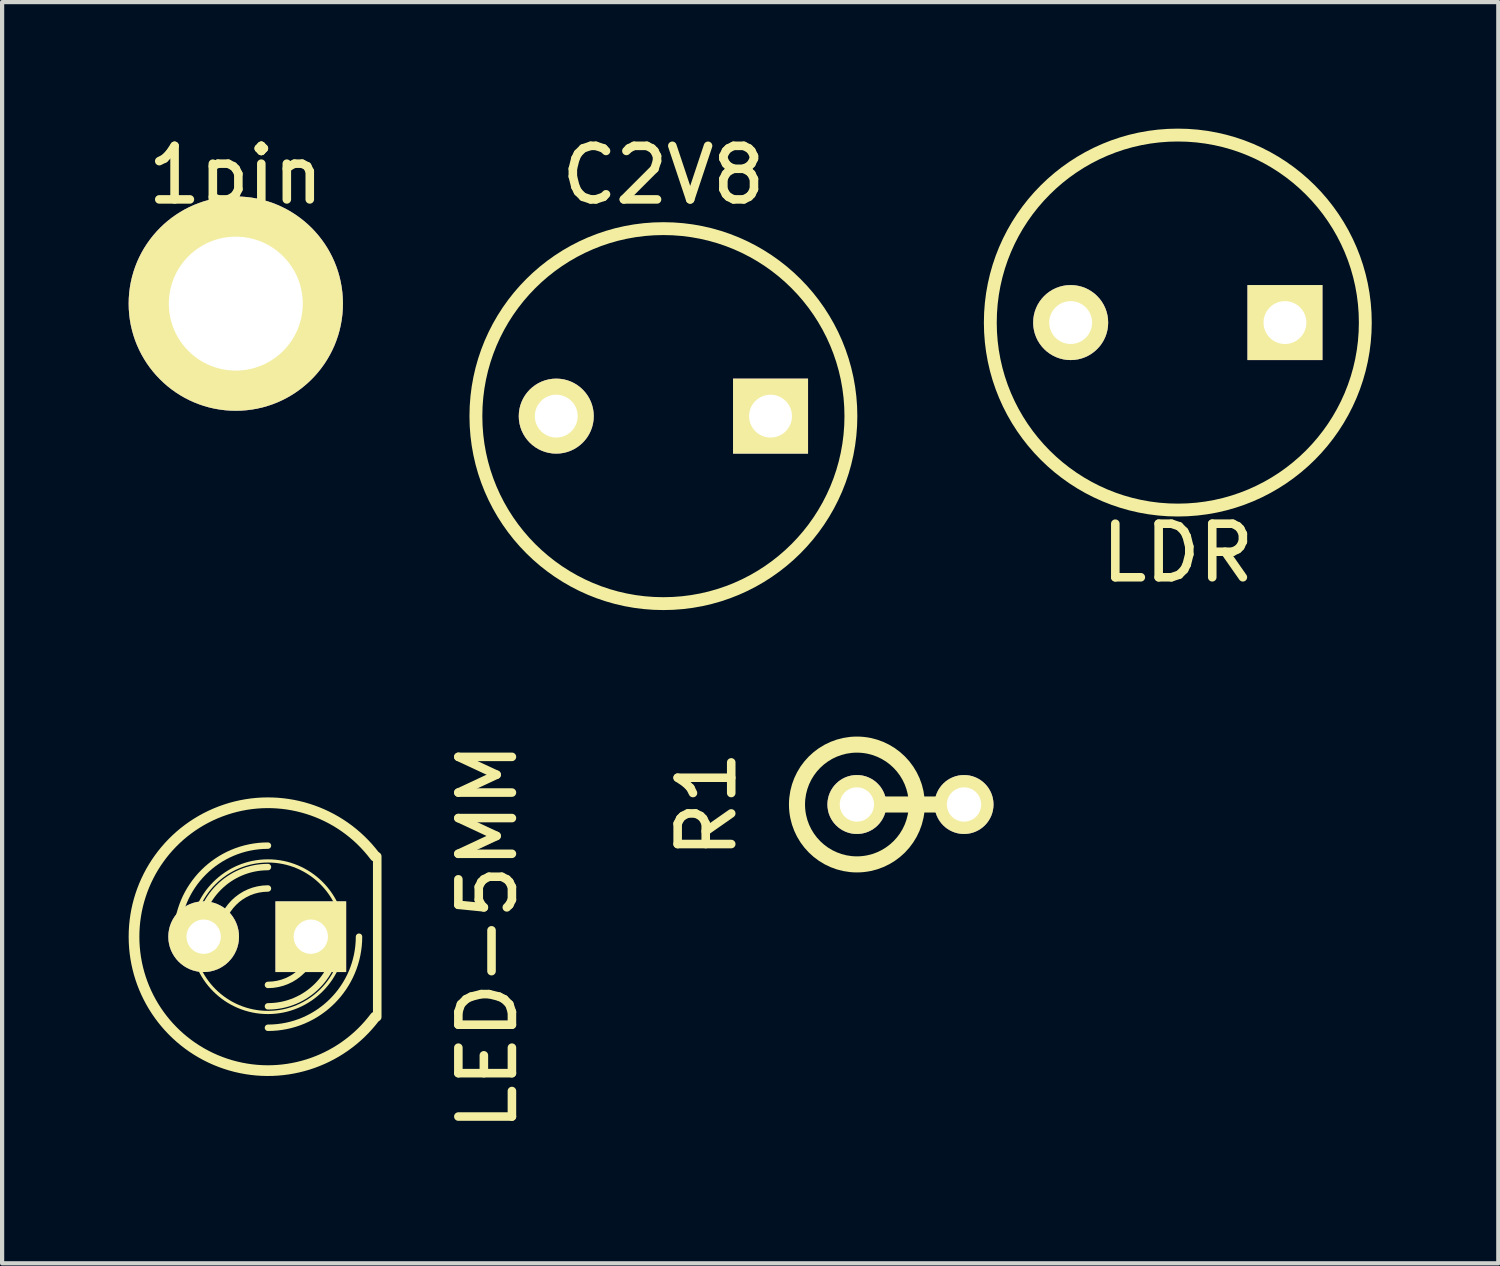
<source format=kicad_pcb>
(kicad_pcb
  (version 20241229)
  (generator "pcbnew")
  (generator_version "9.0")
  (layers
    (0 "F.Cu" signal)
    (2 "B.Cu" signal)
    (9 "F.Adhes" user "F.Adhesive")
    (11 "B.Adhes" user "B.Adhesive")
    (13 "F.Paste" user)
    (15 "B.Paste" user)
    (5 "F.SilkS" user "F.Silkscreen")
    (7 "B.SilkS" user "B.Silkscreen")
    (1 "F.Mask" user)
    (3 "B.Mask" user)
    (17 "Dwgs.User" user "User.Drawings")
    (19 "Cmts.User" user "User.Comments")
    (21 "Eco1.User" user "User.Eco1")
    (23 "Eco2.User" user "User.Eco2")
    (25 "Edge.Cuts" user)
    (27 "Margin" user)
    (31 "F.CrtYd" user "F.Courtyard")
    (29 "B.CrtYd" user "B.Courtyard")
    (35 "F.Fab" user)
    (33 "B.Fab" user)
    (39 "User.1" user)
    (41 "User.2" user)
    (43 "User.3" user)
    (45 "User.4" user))
  (footprint "LDR"
    (layer "F.Cu")
    (at 24.872 4.597)
    (property "Reference" "LDR" (at 0 5.461 0) (layer "F.SilkS") (effects (font (size 1.27 1.27) (thickness 0.203))))
    (attr through_hole)
    (fp_circle (center 0 0) (end -4.445 0) (stroke (width 0.305) (type solid)) (fill no) (layer "F.SilkS"))
    (pad "1" thru_hole circle (at -2.54 0) (size 1.778 1.778) (drill 1.016) (layers "*.Cu" "*.Mask" "F.SilkS"))
    (pad "2" thru_hole rect (at 2.54 0) (size 1.778 1.778) (drill 1.016) (layers "*.Cu" "*.Mask" "F.SilkS")))
  (footprint "LED-5MM"
    (layer "F.Cu")
    (at 3.048 19.156)
    (property "Reference" "LED-5MM" (at 5.461 0 90) (layer "F.SilkS") (effects (font (size 1.27 1.27) (thickness 0.203))))
    (attr through_hole)
    (fp_line (start 2.845 1.905) (end 2.845 -1.905) (stroke (width 0.203) (type solid)) (layer "F.SilkS"))
    (fp_arc (start -1.905 0) (mid -1.272644 -1.526644) (end 0.254 -2.159) (stroke (width 0.1524) (type solid)) (layer "F.SilkS"))
    (fp_arc (start -1.397 0) (mid -0.913433 -1.167433) (end 0.254 -1.651) (stroke (width 0.1524) (type solid)) (layer "F.SilkS"))
    (fp_arc (start -0.889 0) (mid -0.554223 -0.808223) (end 0.254 -1.143) (stroke (width 0.1524) (type solid)) (layer "F.SilkS"))
    (fp_arc (start 1.397 0) (mid 1.062223 0.808223) (end 0.254 1.143) (stroke (width 0.1524) (type solid)) (layer "F.SilkS"))
    (fp_arc (start 1.905 0) (mid 1.421433 1.167433) (end 0.254 1.651) (stroke (width 0.1524) (type solid)) (layer "F.SilkS"))
    (fp_arc (start 2.413 0) (mid 1.780644 1.526644) (end 0.254 2.159) (stroke (width 0.1524) (type solid)) (layer "F.SilkS"))
    (fp_arc (start 2.794 1.905) (mid -2.921 0.001668) (end 2.791997 -1.907668) (stroke (width 0.254) (type solid)) (layer "F.SilkS"))
    (fp_circle (center 0.254 0) (end -1.016 1.27) (stroke (width 0.076) (type solid)) (fill no) (layer "F.SilkS"))
    (pad "1" thru_hole circle (at -1.27 0) (size 1.676 1.676) (drill 0.813) (layers "*.Cu" "*.Mask" "F.SilkS"))
    (pad "2" thru_hole rect (at 1.27 0) (size 1.676 1.676) (drill 0.813) (layers "*.Cu" "*.Mask" "F.SilkS")))
  (footprint "C2V8"
    (layer "F.Cu")
    (at 12.677 6.815)
    (property "Reference" "C2V8" (at 0 -5.715 0) (layer "F.SilkS") (effects (font (size 1.27 1.27) (thickness 0.203))))
    (attr through_hole)
    (fp_circle (center 0 0) (end -4.445 0) (stroke (width 0.305) (type solid)) (fill no) (layer "F.SilkS"))
    (pad "1" thru_hole circle (at -2.54 0) (size 1.778 1.778) (drill 1.016) (layers "*.Cu" "*.Mask" "F.SilkS"))
    (pad "2" thru_hole rect (at 2.54 0) (size 1.778 1.778) (drill 1.016) (layers "*.Cu" "*.Mask" "F.SilkS")))
  (footprint "1pin"
    (layer "F.Cu")
    (at 2.54 4.148)
    (property "Reference" "1pin" (at 0 -3.048 0) (layer "F.SilkS") (effects (font (size 1.27 1.27) (thickness 0.203))))
    (attr through_hole)
    (fp_circle (center 0 0) (end 0 -2.286) (stroke (width 0.15) (type solid)) (fill no) (layer "F.SilkS"))
    (pad "1" thru_hole circle (at 0 0) (size 5.08 5.08) (drill 3.175) (layers "*.Cu" "*.Mask" "F.SilkS")))
  (footprint "R1"
    (layer "F.Cu")
    (at 18.534 16.022)
    (property "Reference" "R1" (at -4.826 0 90) (layer "F.SilkS") (effects (font (size 1.27 1.27) (thickness 0.203))))
    (attr through_hole)
    (fp_line (start -1.27 0) (end 1.27 0) (stroke (width 0.381) (type solid)) (layer "F.SilkS"))
    (fp_circle (center -1.27 0) (end -0.635 1.27) (stroke (width 0.381) (type solid)) (fill no) (layer "F.SilkS"))
    (pad "1" thru_hole circle (at -1.27 0) (size 1.397 1.397) (drill 0.813) (layers "*.Cu" "*.Mask" "F.SilkS"))
    (pad "2" thru_hole circle (at 1.27 0) (size 1.397 1.397) (drill 0.813) (layers "*.Cu" "*.Mask" "F.SilkS")))
  (gr_rect
    (start -3 -3)
    (end 32.47 26.899)
    (stroke (width 0.1) (type default))
    (fill no)
    (layer "Edge.Cuts")))
</source>
